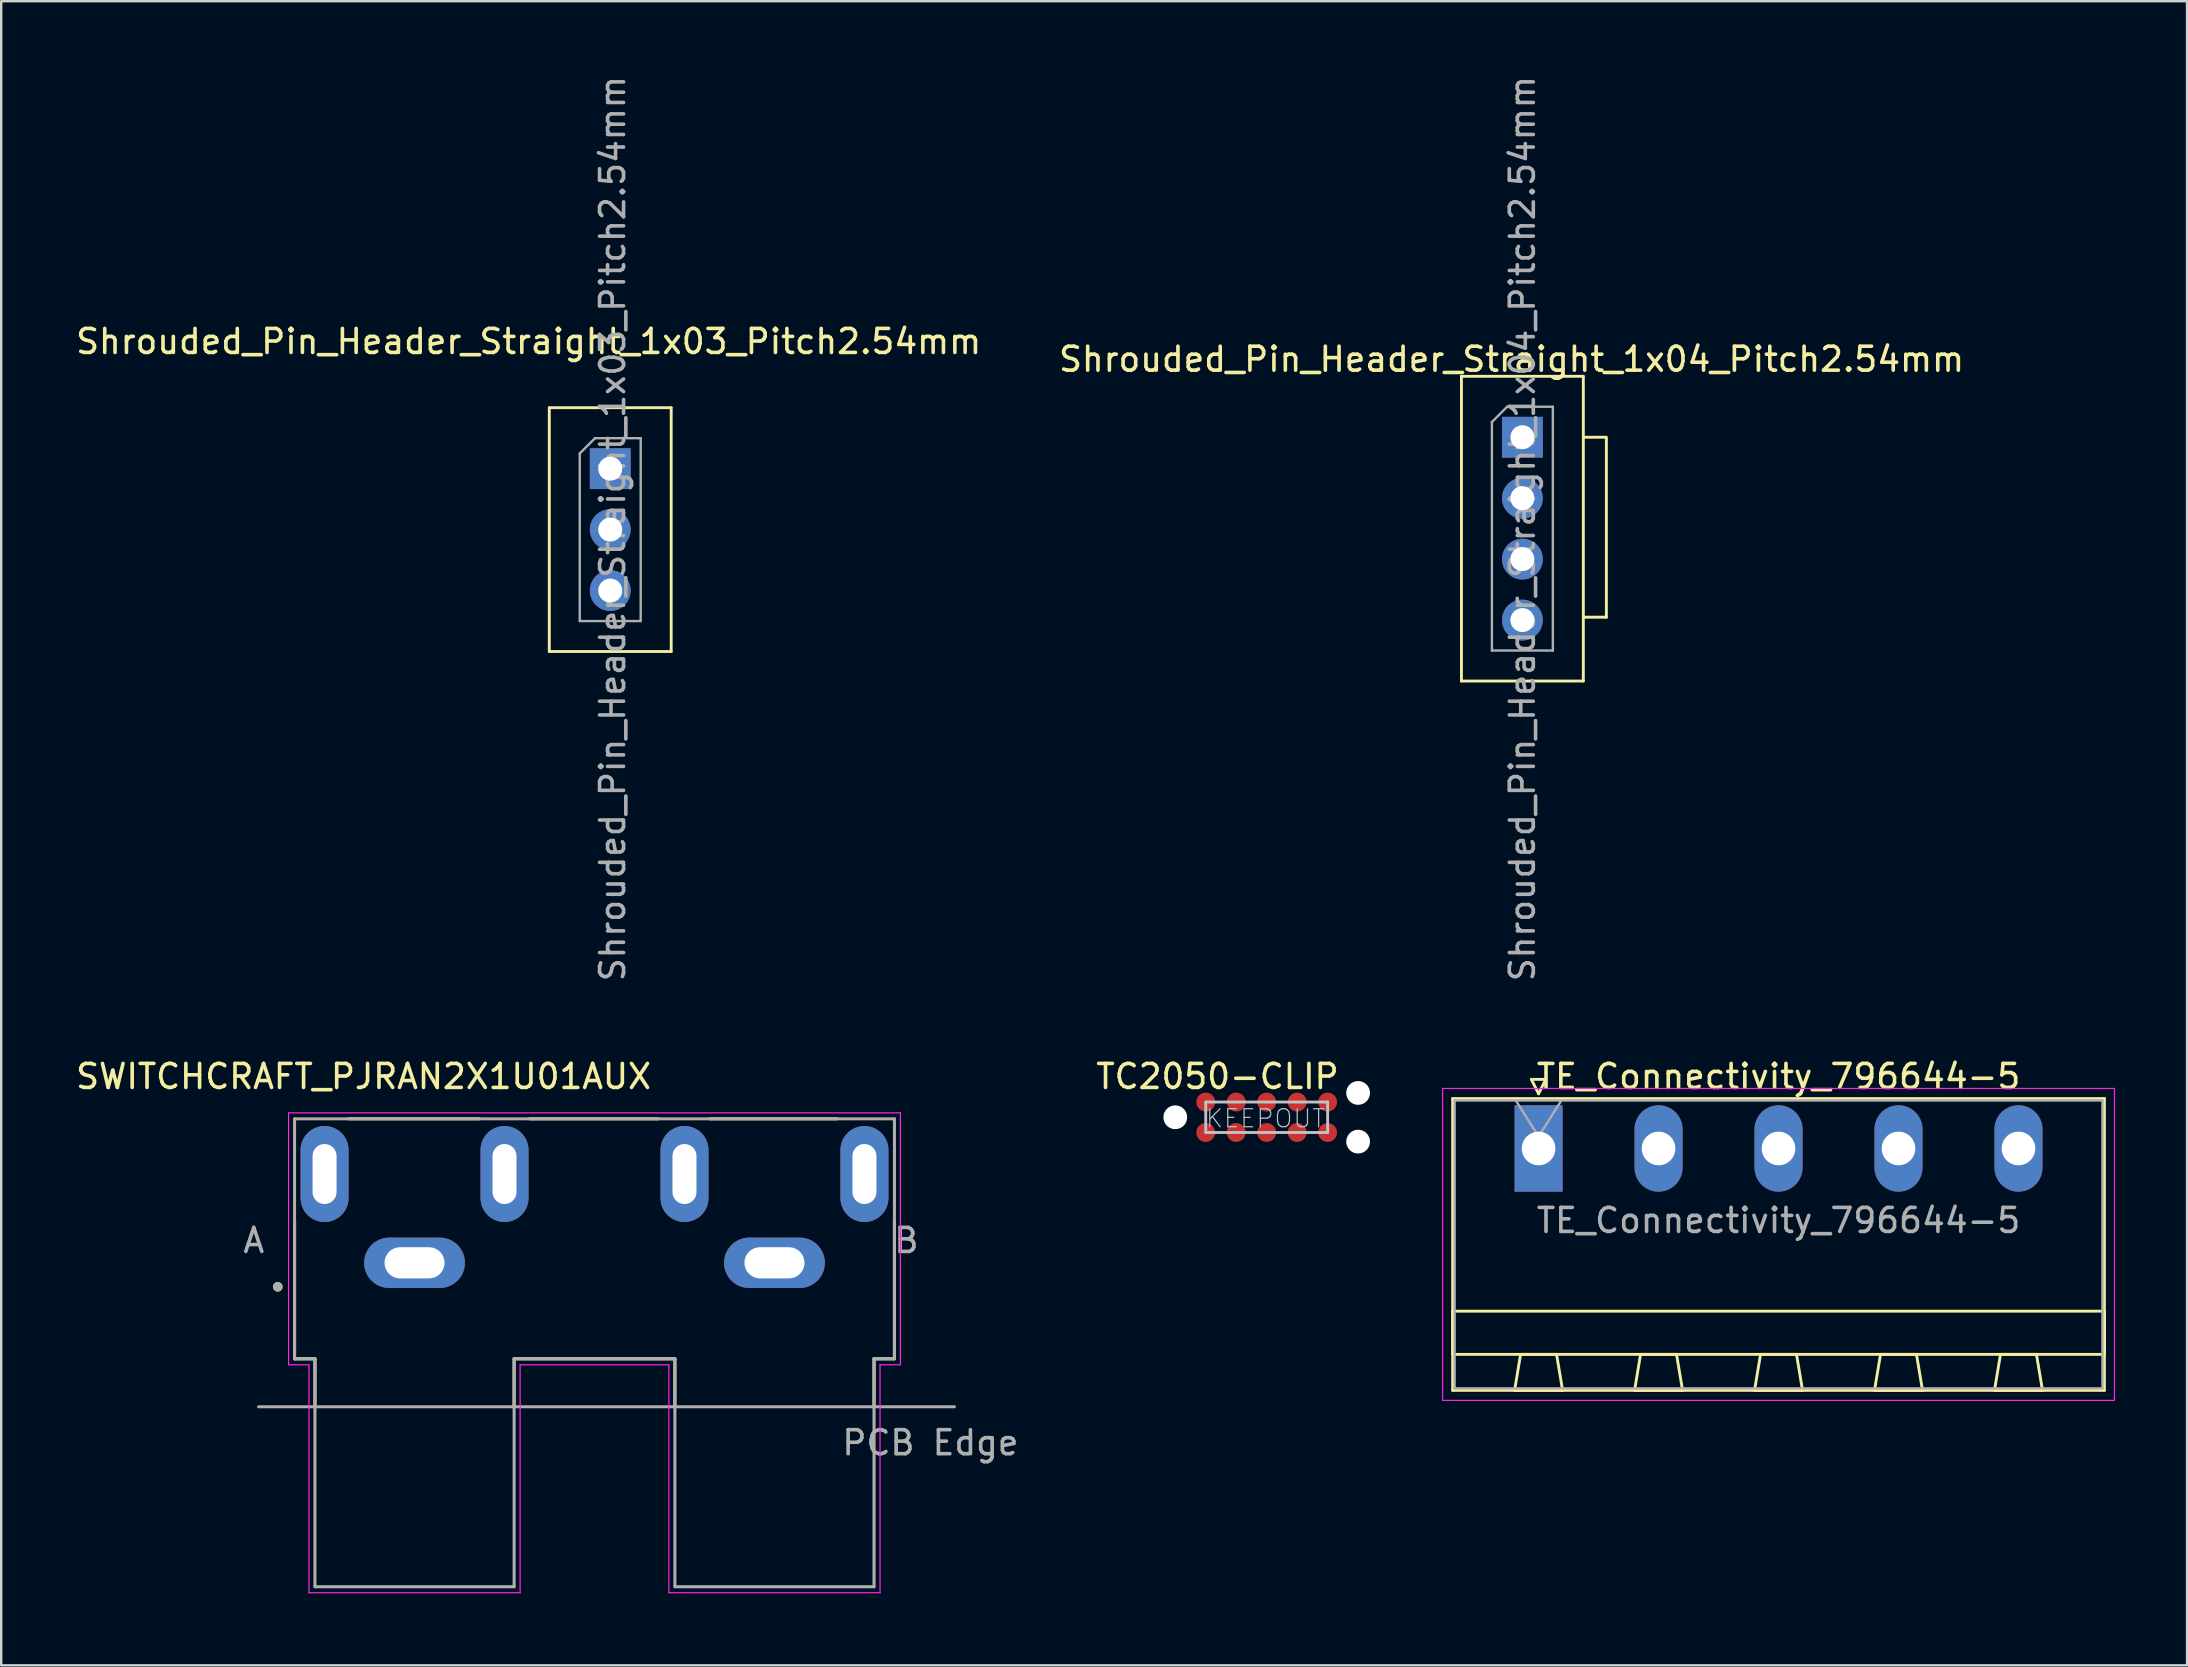
<source format=kicad_pcb>
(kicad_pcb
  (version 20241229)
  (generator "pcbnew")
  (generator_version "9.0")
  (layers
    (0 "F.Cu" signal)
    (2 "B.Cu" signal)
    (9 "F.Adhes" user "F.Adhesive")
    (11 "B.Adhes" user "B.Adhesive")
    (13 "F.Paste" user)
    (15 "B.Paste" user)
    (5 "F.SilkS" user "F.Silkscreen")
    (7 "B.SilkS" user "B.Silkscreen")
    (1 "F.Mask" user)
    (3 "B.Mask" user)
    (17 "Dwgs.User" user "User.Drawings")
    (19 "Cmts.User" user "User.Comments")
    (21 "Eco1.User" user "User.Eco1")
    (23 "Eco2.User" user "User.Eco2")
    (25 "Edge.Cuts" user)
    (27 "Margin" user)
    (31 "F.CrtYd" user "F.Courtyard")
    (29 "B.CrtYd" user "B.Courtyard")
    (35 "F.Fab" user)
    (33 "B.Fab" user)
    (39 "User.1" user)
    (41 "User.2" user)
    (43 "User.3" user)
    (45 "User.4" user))
  (footprint "SWITCHCRAFT_PJRAN2X1U01AUX"
    (layer "F.Cu")
    (at 21.726 53.578)
    (property "Reference" "SWITCHCRAFT_PJRAN2X1U01AUX" (at -9.625 -11.765 0) (layer "F.SilkS") (effects (font (size 1 1) (thickness 0.15))))
    (attr through_hole)
    (fp_line (start -12.5 -5.75) (end -12.5 0) (stroke (width 0.127) (type solid)) (layer "F.SilkS"))
    (fp_line (start -12.5 0) (end -11.65 0) (stroke (width 0.127) (type solid)) (layer "F.SilkS"))
    (fp_line (start -11.65 0) (end -11.65 2) (stroke (width 0.127) (type solid)) (layer "F.SilkS"))
    (fp_line (start -4.8 -10) (end -10.25 -10) (stroke (width 0.127) (type solid)) (layer "F.SilkS"))
    (fp_line (start -3.35 0) (end -3.35 2) (stroke (width 0.127) (type solid)) (layer "F.SilkS"))
    (fp_line (start -3.35 0) (end 3.35 0) (stroke (width 0.127) (type solid)) (layer "F.SilkS"))
    (fp_line (start 2.65 -10) (end -2.7 -10) (stroke (width 0.127) (type solid)) (layer "F.SilkS"))
    (fp_line (start 3.35 2) (end 3.35 0) (stroke (width 0.127) (type solid)) (layer "F.SilkS"))
    (fp_line (start 10.1 -10) (end 4.8 -10) (stroke (width 0.127) (type solid)) (layer "F.SilkS"))
    (fp_line (start 11.65 0) (end 12.5 0) (stroke (width 0.127) (type solid)) (layer "F.SilkS"))
    (fp_line (start 11.65 2) (end 11.65 0) (stroke (width 0.127) (type solid)) (layer "F.SilkS"))
    (fp_line (start 12.5 0) (end 12.5 -5.75) (stroke (width 0.127) (type solid)) (layer "F.SilkS"))
    (fp_circle (center -13.2 -3) (end -13.1 -3) (stroke (width 0.2) (type solid)) (fill no) (layer "F.SilkS"))
    (fp_line (start -12.75 -10.25) (end -12.75 0.25) (stroke (width 0.05) (type solid)) (layer "F.CrtYd"))
    (fp_line (start -12.75 0.25) (end -11.9 0.25) (stroke (width 0.05) (type solid)) (layer "F.CrtYd"))
    (fp_line (start -11.9 0.25) (end -11.9 9.75) (stroke (width 0.05) (type solid)) (layer "F.CrtYd"))
    (fp_line (start -11.9 9.75) (end -3.1 9.75) (stroke (width 0.05) (type solid)) (layer "F.CrtYd"))
    (fp_line (start -3.1 0.25) (end 3.1 0.25) (stroke (width 0.05) (type solid)) (layer "F.CrtYd"))
    (fp_line (start -3.1 9.75) (end -3.1 0.25) (stroke (width 0.05) (type solid)) (layer "F.CrtYd"))
    (fp_line (start 3.1 0.25) (end 3.1 9.75) (stroke (width 0.05) (type solid)) (layer "F.CrtYd"))
    (fp_line (start 3.1 9.75) (end 11.9 9.75) (stroke (width 0.05) (type solid)) (layer "F.CrtYd"))
    (fp_line (start 11.9 0.25) (end 12.75 0.25) (stroke (width 0.05) (type solid)) (layer "F.CrtYd"))
    (fp_line (start 11.9 9.75) (end 11.9 0.25) (stroke (width 0.05) (type solid)) (layer "F.CrtYd"))
    (fp_line (start 12.75 -10.25) (end -12.75 -10.25) (stroke (width 0.05) (type solid)) (layer "F.CrtYd"))
    (fp_line (start 12.75 0.25) (end 12.75 -10.25) (stroke (width 0.05) (type solid)) (layer "F.CrtYd"))
    (fp_line (start -14 2) (end 15 2) (stroke (width 0.127) (type solid)) (layer "F.Fab"))
    (fp_line (start -12.5 -10) (end -12.5 0) (stroke (width 0.127) (type solid)) (layer "F.Fab"))
    (fp_line (start -12.5 0) (end -11.65 0) (stroke (width 0.127) (type solid)) (layer "F.Fab"))
    (fp_line (start -11.65 0) (end -11.65 9.5) (stroke (width 0.127) (type solid)) (layer "F.Fab"))
    (fp_line (start -11.65 9.5) (end -3.35 9.5) (stroke (width 0.127) (type solid)) (layer "F.Fab"))
    (fp_line (start -3.35 0) (end 3.35 0) (stroke (width 0.127) (type solid)) (layer "F.Fab"))
    (fp_line (start -3.35 9.5) (end -3.35 0) (stroke (width 0.127) (type solid)) (layer "F.Fab"))
    (fp_line (start 3.35 0) (end 3.35 9.5) (stroke (width 0.127) (type solid)) (layer "F.Fab"))
    (fp_line (start 3.35 9.5) (end 11.65 9.5) (stroke (width 0.127) (type solid)) (layer "F.Fab"))
    (fp_line (start 11.65 0) (end 12.5 0) (stroke (width 0.127) (type solid)) (layer "F.Fab"))
    (fp_line (start 11.65 9.5) (end 11.65 0) (stroke (width 0.127) (type solid)) (layer "F.Fab"))
    (fp_line (start 12.5 -10) (end -12.5 -10) (stroke (width 0.127) (type solid)) (layer "F.Fab"))
    (fp_line (start 12.5 0) (end 12.5 -10) (stroke (width 0.127) (type solid)) (layer "F.Fab"))
    (fp_circle (center -13.2 -3) (end -13.1 -3) (stroke (width 0.2) (type solid)) (fill no) (layer "F.Fab"))
    (fp_text user "B" (at 13 -4.93 0) (layer "F.Fab") (effects (font (size 1 1) (thickness 0.15))))
    (fp_text user "PCB Edge" (at 14 3.5 0) (layer "F.Fab") (effects (font (size 1 1) (thickness 0.15))))
    (fp_text user "A" (at -14.2 -4.93 0) (layer "F.Fab") (effects (font (size 1 1) (thickness 0.15))))
    (pad "1" thru_hole oval (at -11.25 -7.7) (size 2 4) (drill oval 1 2.5) (layers "*.Cu" "*.Mask"))
    (pad "2" thru_hole oval (at -7.5 -4) (size 4.2 2.1) (drill oval 2.5 1.3) (layers "*.Cu" "*.Mask"))
    (pad "3" thru_hole oval (at -3.75 -7.7) (size 2 4) (drill oval 1 2.5) (layers "*.Cu" "*.Mask"))
    (pad "4" thru_hole oval (at 3.75 -7.7) (size 2 4) (drill oval 1 2.5) (layers "*.Cu" "*.Mask"))
    (pad "5" thru_hole oval (at 7.5 -4) (size 4.2 2.1) (drill oval 2.5 1.3) (layers "*.Cu" "*.Mask"))
    (pad "6" thru_hole oval (at 11.25 -7.7) (size 2 4) (drill oval 1 2.5) (layers "*.Cu" "*.Mask")))
  (footprint "TC2050-CLIP"
    (layer "F.Cu")
    (at 49.74 43.513)
    (property "Reference" "TC2050-CLIP" (at -2.05 -1.7 0) (layer "F.SilkS") (effects (font (size 1 1) (thickness 0.15))))
    (attr through_hole)
    (fp_line (start -2.54 -0.635) (end -2.54 0.635) (stroke (width 0.12) (type solid)) (layer "Dwgs.User"))
    (fp_line (start -2.54 0.635) (end 2.54 0.635) (stroke (width 0.12) (type solid)) (layer "Dwgs.User"))
    (fp_line (start 2.54 -0.635) (end -2.54 -0.635) (stroke (width 0.12) (type solid)) (layer "Dwgs.User"))
    (fp_line (start 2.54 0.635) (end 2.54 -0.635) (stroke (width 0.12) (type solid)) (layer "Dwgs.User"))
    (fp_text user "KEEPOUT" (at -0.05 0.05 0) (layer "Dwgs.User") (effects (font (size 0.75 0.75) (thickness 0.05))))
    (pad "" np_thru_hole circle (at -3.81 0) (size 0.991 0.991) (drill 0.991) (layers "*.Cu" "*.Mask"))
    (pad "" np_thru_hole circle (at 3.81 -1.015) (size 0.991 0.991) (drill 0.991) (layers "*.Cu" "*.Mask"))
    (pad "" np_thru_hole circle (at 3.81 1.015) (size 0.991 0.991) (drill 0.991) (layers "*.Cu" "*.Mask"))
    (pad "1" smd circle (at -2.54 0.635) (size 0.787 0.787) (layers "F.Cu" "F.Mask" "F.Paste"))
    (pad "2" smd circle (at -1.27 0.635) (size 0.787 0.787) (layers "F.Cu" "F.Mask" "F.Paste"))
    (pad "3" smd circle (at 0 0.635) (size 0.787 0.787) (layers "F.Cu" "F.Mask" "F.Paste"))
    (pad "4" smd circle (at 1.27 0.635) (size 0.787 0.787) (layers "F.Cu" "F.Mask" "F.Paste"))
    (pad "5" smd circle (at 2.54 0.635) (size 0.787 0.787) (layers "F.Cu" "F.Mask" "F.Paste"))
    (pad "6" smd circle (at 2.54 -0.635) (size 0.787 0.787) (layers "F.Cu" "F.Mask" "F.Paste"))
    (pad "7" smd circle (at 1.27 -0.635) (size 0.787 0.787) (layers "F.Cu" "F.Mask" "F.Paste"))
    (pad "8" smd circle (at 0 -0.635) (size 0.787 0.787) (layers "F.Cu" "F.Mask" "F.Paste"))
    (pad "9" smd circle (at -1.27 -0.635) (size 0.787 0.787) (layers "F.Cu" "F.Mask" "F.Paste"))
    (pad "10" smd circle (at -2.54 -0.635) (size 0.787 0.787) (layers "F.Cu" "F.Mask" "F.Paste")))
  (footprint "TE_Connectivity_796644-5"
    (layer "F.Cu")
    (at 61.071 44.813)
    (property "Reference" "TE_Connectivity_796644-5" (at 10 -3 0) (layer "F.SilkS") (effects (font (size 1 1) (thickness 0.15))))
    (attr through_hole)
    (fp_line (start -3.58 -2.08) (end -3.58 10.08) (stroke (width 0.12) (type solid)) (layer "F.SilkS"))
    (fp_line (start -3.58 6.78) (end 23.58 6.78) (stroke (width 0.12) (type solid)) (layer "F.SilkS"))
    (fp_line (start -3.58 8.58) (end -3.58 6.78) (stroke (width 0.12) (type solid)) (layer "F.SilkS"))
    (fp_line (start -3.58 10.08) (end 23.58 10.08) (stroke (width 0.12) (type solid)) (layer "F.SilkS"))
    (fp_line (start -1 10.08) (end 1 10.08) (stroke (width 0.12) (type solid)) (layer "F.SilkS"))
    (fp_line (start -0.75 8.58) (end -1 10.08) (stroke (width 0.12) (type solid)) (layer "F.SilkS"))
    (fp_line (start -0.3 -2.88) (end 0.3 -2.88) (stroke (width 0.12) (type solid)) (layer "F.SilkS"))
    (fp_line (start 0 -2.28) (end -0.3 -2.88) (stroke (width 0.12) (type solid)) (layer "F.SilkS"))
    (fp_line (start 0.3 -2.88) (end 0 -2.28) (stroke (width 0.12) (type solid)) (layer "F.SilkS"))
    (fp_line (start 0.75 8.58) (end -0.75 8.58) (stroke (width 0.12) (type solid)) (layer "F.SilkS"))
    (fp_line (start 1 10.08) (end 0.75 8.58) (stroke (width 0.12) (type solid)) (layer "F.SilkS"))
    (fp_line (start 4 10.08) (end 6 10.08) (stroke (width 0.12) (type solid)) (layer "F.SilkS"))
    (fp_line (start 4.25 8.58) (end 4 10.08) (stroke (width 0.12) (type solid)) (layer "F.SilkS"))
    (fp_line (start 5.75 8.58) (end 4.25 8.58) (stroke (width 0.12) (type solid)) (layer "F.SilkS"))
    (fp_line (start 6 10.08) (end 5.75 8.58) (stroke (width 0.12) (type solid)) (layer "F.SilkS"))
    (fp_line (start 9 10.08) (end 11 10.08) (stroke (width 0.12) (type solid)) (layer "F.SilkS"))
    (fp_line (start 9.25 8.58) (end 9 10.08) (stroke (width 0.12) (type solid)) (layer "F.SilkS"))
    (fp_line (start 10.75 8.58) (end 9.25 8.58) (stroke (width 0.12) (type solid)) (layer "F.SilkS"))
    (fp_line (start 11 10.08) (end 10.75 8.58) (stroke (width 0.12) (type solid)) (layer "F.SilkS"))
    (fp_line (start 14 10.08) (end 16 10.08) (stroke (width 0.12) (type solid)) (layer "F.SilkS"))
    (fp_line (start 14.25 8.58) (end 14 10.08) (stroke (width 0.12) (type solid)) (layer "F.SilkS"))
    (fp_line (start 15.75 8.58) (end 14.25 8.58) (stroke (width 0.12) (type solid)) (layer "F.SilkS"))
    (fp_line (start 16 10.08) (end 15.75 8.58) (stroke (width 0.12) (type solid)) (layer "F.SilkS"))
    (fp_line (start 19 10.08) (end 21 10.08) (stroke (width 0.12) (type solid)) (layer "F.SilkS"))
    (fp_line (start 19.25 8.58) (end 19 10.08) (stroke (width 0.12) (type solid)) (layer "F.SilkS"))
    (fp_line (start 20.75 8.58) (end 19.25 8.58) (stroke (width 0.12) (type solid)) (layer "F.SilkS"))
    (fp_line (start 21 10.08) (end 20.75 8.58) (stroke (width 0.12) (type solid)) (layer "F.SilkS"))
    (fp_line (start 23.58 -2.08) (end -3.58 -2.08) (stroke (width 0.12) (type solid)) (layer "F.SilkS"))
    (fp_line (start 23.58 6.78) (end 23.58 8.58) (stroke (width 0.12) (type solid)) (layer "F.SilkS"))
    (fp_line (start 23.58 8.58) (end -3.58 8.58) (stroke (width 0.12) (type solid)) (layer "F.SilkS"))
    (fp_line (start 23.58 10.08) (end 23.58 -2.08) (stroke (width 0.12) (type solid)) (layer "F.SilkS"))
    (fp_line (start -4 -2.5) (end -4 10.5) (stroke (width 0.05) (type solid)) (layer "F.CrtYd"))
    (fp_line (start -4 10.5) (end 24 10.5) (stroke (width 0.05) (type solid)) (layer "F.CrtYd"))
    (fp_line (start 24 -2.5) (end -4 -2.5) (stroke (width 0.05) (type solid)) (layer "F.CrtYd"))
    (fp_line (start 24 10.5) (end 24 -2.5) (stroke (width 0.05) (type solid)) (layer "F.CrtYd"))
    (fp_line (start -3.5 -2) (end -3.5 10) (stroke (width 0.1) (type solid)) (layer "F.Fab"))
    (fp_line (start -3.5 10) (end 23.5 10) (stroke (width 0.1) (type solid)) (layer "F.Fab"))
    (fp_line (start 0 -0.5) (end -0.95 -2) (stroke (width 0.1) (type solid)) (layer "F.Fab"))
    (fp_line (start 0.95 -2) (end 0 -0.5) (stroke (width 0.1) (type solid)) (layer "F.Fab"))
    (fp_line (start 23.5 -2) (end -3.5 -2) (stroke (width 0.1) (type solid)) (layer "F.Fab"))
    (fp_line (start 23.5 10) (end 23.5 -2) (stroke (width 0.1) (type solid)) (layer "F.Fab"))
    (fp_text user "${REFERENCE}" (at 10 3 0) (layer "F.Fab") (effects (font (size 1 1) (thickness 0.15))))
    (pad "1" thru_hole rect (at 0 0) (size 2 3.6) (drill 1.4) (layers "*.Cu" "*.Mask"))
    (pad "2" thru_hole oval (at 5 0) (size 2 3.6) (drill 1.4) (layers "*.Cu" "*.Mask"))
    (pad "3" thru_hole oval (at 10 0) (size 2 3.6) (drill 1.4) (layers "*.Cu" "*.Mask"))
    (pad "4" thru_hole oval (at 15 0) (size 2 3.6) (drill 1.4) (layers "*.Cu" "*.Mask"))
    (pad "5" thru_hole oval (at 20 0) (size 2 3.6) (drill 1.4) (layers "*.Cu" "*.Mask")))
  (footprint "Shrouded_Pin_Header_Straight_1x03_Pitch2.54mm"
    (layer "F.Cu")
    (at 22.382 16.482)
    (property "Reference" "Shrouded_Pin_Header_Straight_1x03_Pitch2.54mm" (at -3.4 -5.3 0) (layer "F.SilkS") (effects (font (size 1 1) (thickness 0.15))))
    (attr through_hole)
    (fp_line (start -2.54 -2.54) (end -2.54 7.62) (stroke (width 0.12) (type solid)) (layer "F.SilkS"))
    (fp_line (start -2.54 -2.54) (end 2.54 -2.54) (stroke (width 0.12) (type solid)) (layer "F.SilkS"))
    (fp_line (start -2.54 7.62) (end 2.54 7.62) (stroke (width 0.12) (type solid)) (layer "F.SilkS"))
    (fp_line (start 2.54 -2.54) (end 2.54 7.62) (stroke (width 0.12) (type solid)) (layer "F.SilkS"))
    (fp_line (start -1.27 -0.635) (end -0.635 -1.27) (stroke (width 0.1) (type solid)) (layer "F.Fab"))
    (fp_line (start -1.27 6.35) (end -1.27 -0.635) (stroke (width 0.1) (type solid)) (layer "F.Fab"))
    (fp_line (start -0.635 -1.27) (end 1.27 -1.27) (stroke (width 0.1) (type solid)) (layer "F.Fab"))
    (fp_line (start 1.27 -1.27) (end 1.27 6.35) (stroke (width 0.1) (type solid)) (layer "F.Fab"))
    (fp_line (start 1.27 6.35) (end -1.27 6.35) (stroke (width 0.1) (type solid)) (layer "F.Fab"))
    (fp_text user "${REFERENCE}" (at 0.1 2.5 90) (layer "F.Fab") (effects (font (size 1 1) (thickness 0.15))))
    (pad "1" thru_hole rect (at 0 0) (size 1.7 1.7) (drill 1) (layers "*.Cu" "*.Mask"))
    (pad "2" thru_hole oval (at 0 2.54) (size 1.7 1.7) (drill 1) (layers "*.Cu" "*.Mask"))
    (pad "3" thru_hole oval (at 0 5.08) (size 1.7 1.7) (drill 1) (layers "*.Cu" "*.Mask")))
  (footprint "Shrouded_Pin_Header_Straight_1x04_Pitch2.54mm"
    (layer "F.Cu")
    (at 60.396 15.172)
    (property "Reference" "Shrouded_Pin_Header_Straight_1x04_Pitch2.54mm" (at -0.45 -3.25 0) (layer "F.SilkS") (effects (font (size 1 1) (thickness 0.15))))
    (attr through_hole)
    (fp_line (start -2.54 -2.54) (end 2.54 -2.54) (stroke (width 0.12) (type solid)) (layer "F.SilkS"))
    (fp_line (start -2.54 10.16) (end -2.54 -2.54) (stroke (width 0.12) (type solid)) (layer "F.SilkS"))
    (fp_line (start -2.54 10.16) (end 2.54 10.16) (stroke (width 0.12) (type solid)) (layer "F.SilkS"))
    (fp_line (start 2.54 10.16) (end 2.54 -2.54) (stroke (width 0.12) (type solid)) (layer "F.SilkS"))
    (fp_line (start 2.55 0) (end 3.5 0) (stroke (width 0.12) (type solid)) (layer "F.SilkS"))
    (fp_line (start 2.55 7.5) (end 3.5 7.5) (stroke (width 0.12) (type solid)) (layer "F.SilkS"))
    (fp_line (start 3.5 0.05) (end 3.5 7.5) (stroke (width 0.12) (type solid)) (layer "F.SilkS"))
    (fp_line (start -1.27 -0.635) (end -0.635 -1.27) (stroke (width 0.1) (type solid)) (layer "F.Fab"))
    (fp_line (start -1.27 8.89) (end -1.27 -0.635) (stroke (width 0.1) (type solid)) (layer "F.Fab"))
    (fp_line (start -0.635 -1.27) (end 1.27 -1.27) (stroke (width 0.1) (type solid)) (layer "F.Fab"))
    (fp_line (start 1.27 -1.27) (end 1.27 8.89) (stroke (width 0.1) (type solid)) (layer "F.Fab"))
    (fp_line (start 1.27 8.89) (end -1.27 8.89) (stroke (width 0.1) (type solid)) (layer "F.Fab"))
    (fp_text user "${REFERENCE}" (at 0 3.81 90) (layer "F.Fab") (effects (font (size 1 1) (thickness 0.15))))
    (pad "1" thru_hole rect (at 0 0) (size 1.7 1.7) (drill 1) (layers "*.Cu" "*.Mask"))
    (pad "2" thru_hole oval (at 0 2.54) (size 1.7 1.7) (drill 1) (layers "*.Cu" "*.Mask"))
    (pad "3" thru_hole oval (at 0 5.08) (size 1.7 1.7) (drill 1) (layers "*.Cu" "*.Mask"))
    (pad "4" thru_hole oval (at 0 7.62) (size 1.7 1.7) (drill 1) (layers "*.Cu" "*.Mask")))
  (gr_rect
    (start -3 -3)
    (end 88.096 66.353)
    (stroke (width 0.1) (type default))
    (fill no)
    (layer "Edge.Cuts")))
</source>
